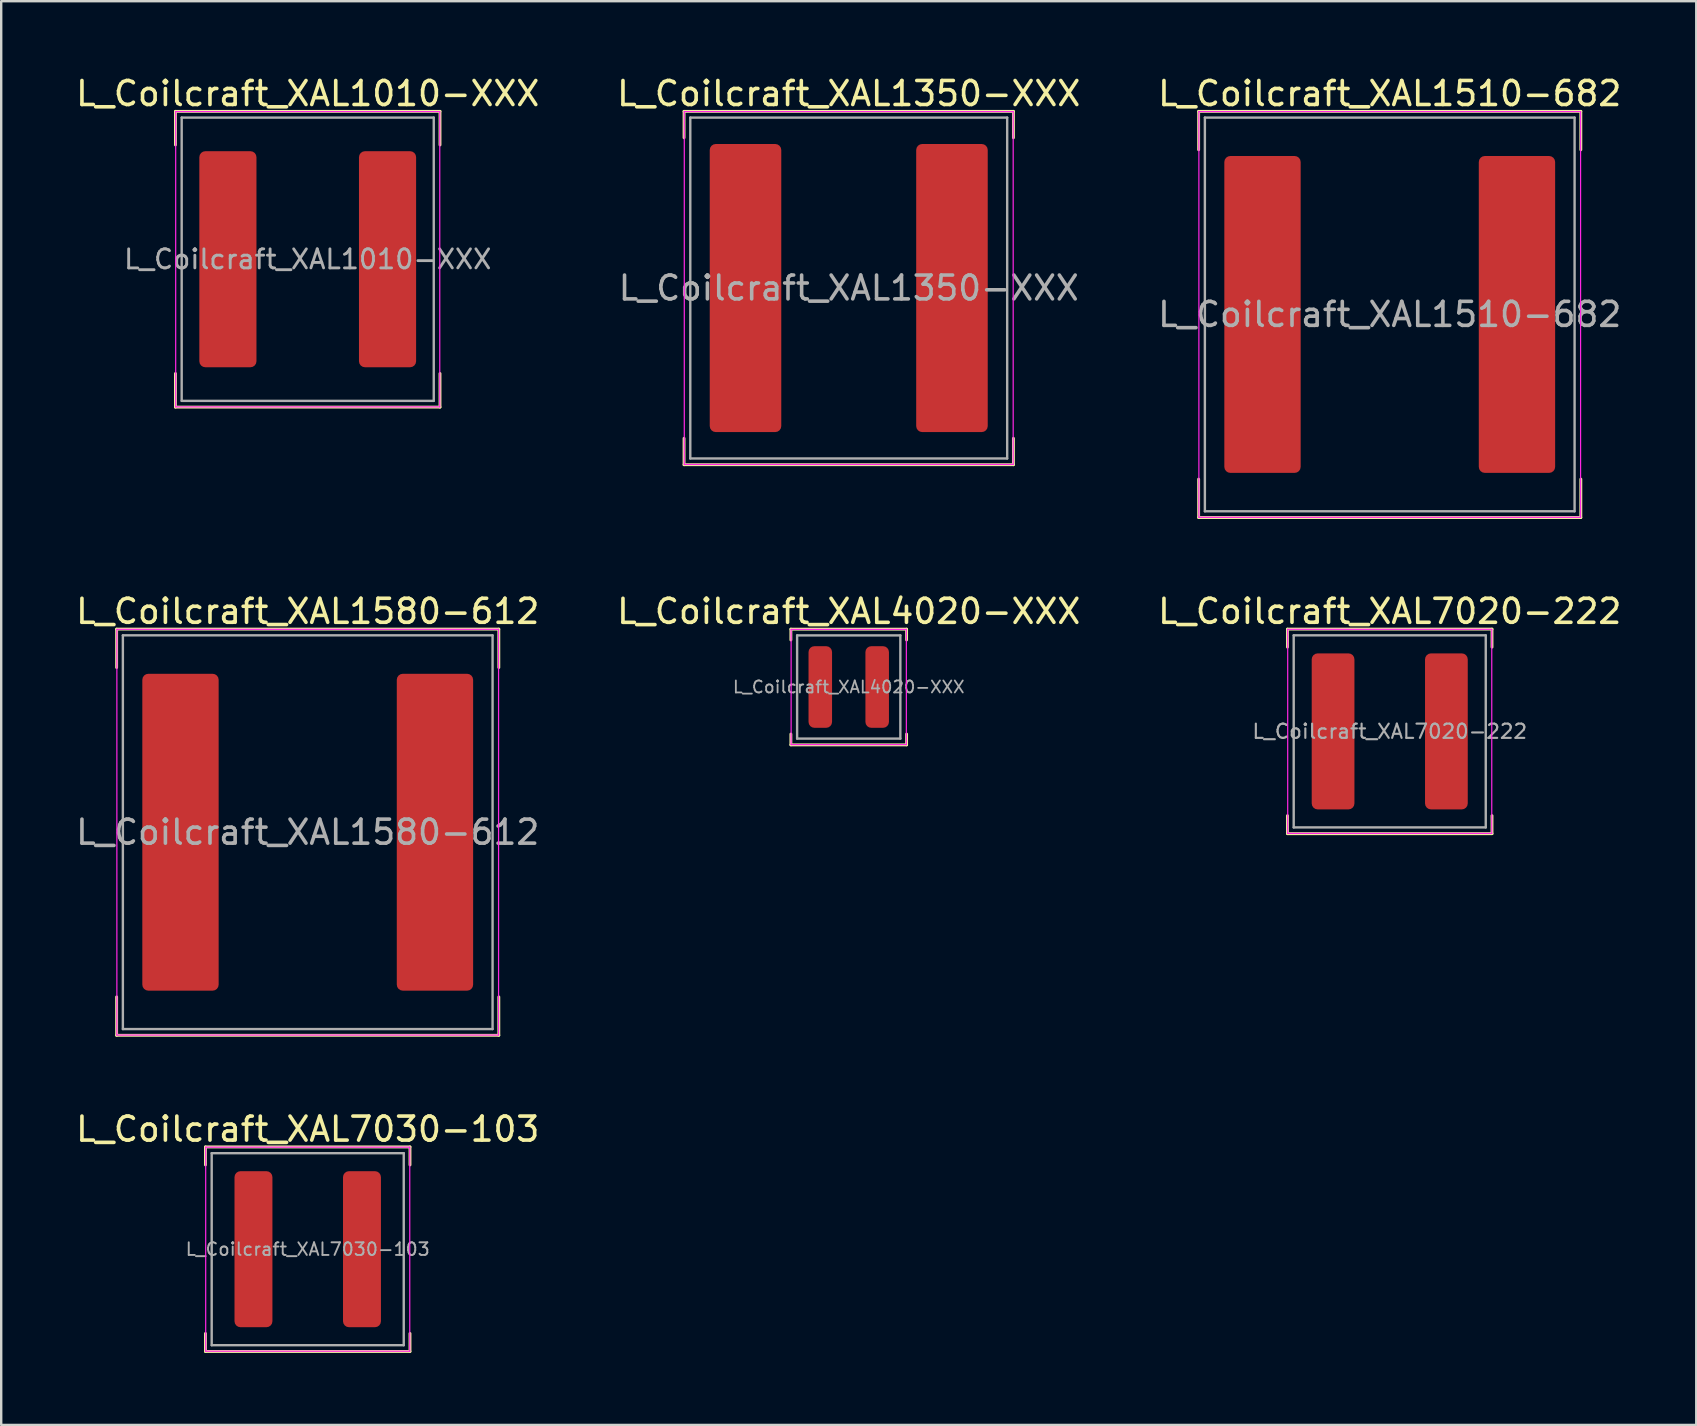
<source format=kicad_pcb>
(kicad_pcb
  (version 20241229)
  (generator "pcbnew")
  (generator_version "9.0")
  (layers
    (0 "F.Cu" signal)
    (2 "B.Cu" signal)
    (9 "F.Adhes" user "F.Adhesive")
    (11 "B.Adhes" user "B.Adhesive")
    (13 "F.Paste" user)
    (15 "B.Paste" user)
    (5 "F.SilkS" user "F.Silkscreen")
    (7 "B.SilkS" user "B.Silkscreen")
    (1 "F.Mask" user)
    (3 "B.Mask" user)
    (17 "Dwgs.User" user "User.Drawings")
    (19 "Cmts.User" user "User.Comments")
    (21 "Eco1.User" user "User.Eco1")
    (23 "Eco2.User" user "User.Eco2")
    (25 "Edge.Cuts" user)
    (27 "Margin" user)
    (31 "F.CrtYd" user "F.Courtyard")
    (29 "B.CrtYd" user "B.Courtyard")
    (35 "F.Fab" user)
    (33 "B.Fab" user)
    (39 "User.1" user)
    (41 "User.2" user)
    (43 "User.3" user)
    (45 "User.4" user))
  (footprint "L_Coilcraft_XAL1510-682"
    (layer "F.Cu")
    (at 54.839 10.048)
    (property "Reference" "L_Coilcraft_XAL1510-682" (at 0 -9.2 0) (layer "F.SilkS") (effects (font (size 1 1) (thickness 0.15))))
    (attr smd)
    (fp_line (start -7.96 -8.46) (end -7.96 -6.86) (stroke (width 0.12) (type solid)) (layer "F.SilkS"))
    (fp_line (start -7.96 -8.46) (end 7.96 -8.46) (stroke (width 0.12) (type solid)) (layer "F.SilkS"))
    (fp_line (start -7.96 8.46) (end -7.96 6.86) (stroke (width 0.12) (type solid)) (layer "F.SilkS"))
    (fp_line (start -7.96 8.46) (end 7.96 8.46) (stroke (width 0.12) (type solid)) (layer "F.SilkS"))
    (fp_line (start 7.96 -8.46) (end 7.96 -6.86) (stroke (width 0.12) (type solid)) (layer "F.SilkS"))
    (fp_line (start 7.96 8.46) (end 7.96 6.86) (stroke (width 0.12) (type solid)) (layer "F.SilkS"))
    (fp_line (start -7.95 -8.45) (end -7.95 8.45) (stroke (width 0.05) (type solid)) (layer "F.CrtYd"))
    (fp_line (start -7.95 8.45) (end 7.95 8.45) (stroke (width 0.05) (type solid)) (layer "F.CrtYd"))
    (fp_line (start 7.95 -8.45) (end -7.95 -8.45) (stroke (width 0.05) (type solid)) (layer "F.CrtYd"))
    (fp_line (start 7.95 8.45) (end 7.95 -8.45) (stroke (width 0.05) (type solid)) (layer "F.CrtYd"))
    (fp_line (start -7.7 -8.2) (end -7.7 8.2) (stroke (width 0.1) (type solid)) (layer "F.Fab"))
    (fp_line (start -7.7 8.2) (end 7.7 8.2) (stroke (width 0.1) (type solid)) (layer "F.Fab"))
    (fp_line (start 7.7 -8.2) (end -7.7 -8.2) (stroke (width 0.1) (type solid)) (layer "F.Fab"))
    (fp_line (start 7.7 8.2) (end 7.7 -8.2) (stroke (width 0.1) (type solid)) (layer "F.Fab"))
    (fp_text user "${REFERENCE}" (at 0 0 0) (layer "F.Fab") (effects (font (size 1 1) (thickness 0.15))))
    (pad "1" smd roundrect (at -5.3 0) (size 3.18 13.2) (layers "F.Cu" "F.Mask" "F.Paste") (roundrect_rratio 0.079))
    (pad "2" smd roundrect (at 5.3 0) (size 3.18 13.2) (layers "F.Cu" "F.Mask" "F.Paste") (roundrect_rratio 0.079)))
  (footprint "L_Coilcraft_XAL7020-222"
    (layer "F.Cu")
    (at 54.839 27.416)
    (property "Reference" "L_Coilcraft_XAL7020-222" (at 0 -5 0) (layer "F.SilkS") (effects (font (size 1 1) (thickness 0.15))))
    (attr smd)
    (fp_line (start -4.26 -4.26) (end -4.26 -3.51) (stroke (width 0.12) (type solid)) (layer "F.SilkS"))
    (fp_line (start -4.26 -4.26) (end 4.26 -4.26) (stroke (width 0.12) (type solid)) (layer "F.SilkS"))
    (fp_line (start -4.26 4.26) (end -4.26 3.51) (stroke (width 0.12) (type solid)) (layer "F.SilkS"))
    (fp_line (start -4.26 4.26) (end 4.26 4.26) (stroke (width 0.12) (type solid)) (layer "F.SilkS"))
    (fp_line (start 4.26 -4.26) (end 4.26 -3.51) (stroke (width 0.12) (type solid)) (layer "F.SilkS"))
    (fp_line (start 4.26 4.26) (end 4.26 3.51) (stroke (width 0.12) (type solid)) (layer "F.SilkS"))
    (fp_line (start -4.25 -4.25) (end -4.25 4.25) (stroke (width 0.05) (type solid)) (layer "F.CrtYd"))
    (fp_line (start -4.25 4.25) (end 4.25 4.25) (stroke (width 0.05) (type solid)) (layer "F.CrtYd"))
    (fp_line (start 4.25 -4.25) (end -4.25 -4.25) (stroke (width 0.05) (type solid)) (layer "F.CrtYd"))
    (fp_line (start 4.25 4.25) (end 4.25 -4.25) (stroke (width 0.05) (type solid)) (layer "F.CrtYd"))
    (fp_line (start -4 -4) (end -4 4) (stroke (width 0.1) (type solid)) (layer "F.Fab"))
    (fp_line (start -4 4) (end 4 4) (stroke (width 0.1) (type solid)) (layer "F.Fab"))
    (fp_line (start 4 -4) (end -4 -4) (stroke (width 0.1) (type solid)) (layer "F.Fab"))
    (fp_line (start 4 4) (end 4 -4) (stroke (width 0.1) (type solid)) (layer "F.Fab"))
    (fp_text user "${REFERENCE}" (at 0 0 0) (layer "F.Fab") (effects (font (size 0.593 0.593) (thickness 0.089))))
    (pad "1" smd roundrect (at -2.36 0) (size 1.78 6.5) (layers "F.Cu" "F.Mask" "F.Paste") (roundrect_rratio 0.14))
    (pad "2" smd roundrect (at 2.36 0) (size 1.78 6.5) (layers "F.Cu" "F.Mask" "F.Paste") (roundrect_rratio 0.14)))
  (footprint "L_Coilcraft_XAL1350-XXX"
    (layer "F.Cu")
    (at 32.304 8.948)
    (property "Reference" "L_Coilcraft_XAL1350-XXX" (at 0 -8.1 0) (layer "F.SilkS") (effects (font (size 1 1) (thickness 0.15))))
    (attr smd)
    (fp_line (start -6.86 -7.36) (end -6.86 -6.26) (stroke (width 0.12) (type solid)) (layer "F.SilkS"))
    (fp_line (start -6.86 -7.36) (end 6.86 -7.36) (stroke (width 0.12) (type solid)) (layer "F.SilkS"))
    (fp_line (start -6.86 7.36) (end -6.86 6.26) (stroke (width 0.12) (type solid)) (layer "F.SilkS"))
    (fp_line (start -6.86 7.36) (end 6.86 7.36) (stroke (width 0.12) (type solid)) (layer "F.SilkS"))
    (fp_line (start 6.86 -7.36) (end 6.86 -6.26) (stroke (width 0.12) (type solid)) (layer "F.SilkS"))
    (fp_line (start 6.86 7.36) (end 6.86 6.26) (stroke (width 0.12) (type solid)) (layer "F.SilkS"))
    (fp_line (start -6.85 -7.35) (end -6.85 7.35) (stroke (width 0.05) (type solid)) (layer "F.CrtYd"))
    (fp_line (start -6.85 7.35) (end 6.85 7.35) (stroke (width 0.05) (type solid)) (layer "F.CrtYd"))
    (fp_line (start 6.85 -7.35) (end -6.85 -7.35) (stroke (width 0.05) (type solid)) (layer "F.CrtYd"))
    (fp_line (start 6.85 7.35) (end 6.85 -7.35) (stroke (width 0.05) (type solid)) (layer "F.CrtYd"))
    (fp_line (start -6.6 -7.1) (end -6.6 7.1) (stroke (width 0.1) (type solid)) (layer "F.Fab"))
    (fp_line (start -6.6 7.1) (end 6.6 7.1) (stroke (width 0.1) (type solid)) (layer "F.Fab"))
    (fp_line (start 6.6 -7.1) (end -6.6 -7.1) (stroke (width 0.1) (type solid)) (layer "F.Fab"))
    (fp_line (start 6.6 7.1) (end 6.6 -7.1) (stroke (width 0.1) (type solid)) (layer "F.Fab"))
    (fp_text user "${REFERENCE}" (at 0 0 0) (layer "F.Fab") (effects (font (size 0.993 0.993) (thickness 0.149))))
    (pad "1" smd roundrect (at -4.3 0) (size 2.98 12) (layers "F.Cu" "F.Mask" "F.Paste") (roundrect_rratio 0.084))
    (pad "2" smd roundrect (at 4.3 0) (size 2.98 12) (layers "F.Cu" "F.Mask" "F.Paste") (roundrect_rratio 0.084)))
  (footprint "L_Coilcraft_XAL4020-XXX"
    (layer "F.Cu")
    (at 32.304 25.567)
    (property "Reference" "L_Coilcraft_XAL4020-XXX" (at 0 -3.15 0) (layer "F.SilkS") (effects (font (size 1 1) (thickness 0.15))))
    (attr smd)
    (fp_line (start -2.41 -2.41) (end -2.41 -1.96) (stroke (width 0.12) (type solid)) (layer "F.SilkS"))
    (fp_line (start -2.41 -2.41) (end 2.41 -2.41) (stroke (width 0.12) (type solid)) (layer "F.SilkS"))
    (fp_line (start -2.41 2.41) (end -2.41 1.96) (stroke (width 0.12) (type solid)) (layer "F.SilkS"))
    (fp_line (start -2.41 2.41) (end 2.41 2.41) (stroke (width 0.12) (type solid)) (layer "F.SilkS"))
    (fp_line (start 2.41 -2.41) (end 2.41 -1.96) (stroke (width 0.12) (type solid)) (layer "F.SilkS"))
    (fp_line (start 2.41 2.41) (end 2.41 1.96) (stroke (width 0.12) (type solid)) (layer "F.SilkS"))
    (fp_line (start -2.4 -2.4) (end -2.4 2.4) (stroke (width 0.05) (type solid)) (layer "F.CrtYd"))
    (fp_line (start -2.4 2.4) (end 2.4 2.4) (stroke (width 0.05) (type solid)) (layer "F.CrtYd"))
    (fp_line (start 2.4 -2.4) (end -2.4 -2.4) (stroke (width 0.05) (type solid)) (layer "F.CrtYd"))
    (fp_line (start 2.4 2.4) (end 2.4 -2.4) (stroke (width 0.05) (type solid)) (layer "F.CrtYd"))
    (fp_line (start -2.15 -2.15) (end -2.15 2.15) (stroke (width 0.1) (type solid)) (layer "F.Fab"))
    (fp_line (start -2.15 2.15) (end 2.15 2.15) (stroke (width 0.1) (type solid)) (layer "F.Fab"))
    (fp_line (start 2.15 -2.15) (end -2.15 -2.15) (stroke (width 0.1) (type solid)) (layer "F.Fab"))
    (fp_line (start 2.15 2.15) (end 2.15 -2.15) (stroke (width 0.1) (type solid)) (layer "F.Fab"))
    (fp_text user "${REFERENCE}" (at 0 0 0) (layer "F.Fab") (effects (font (size 0.5 0.5) (thickness 0.075))))
    (pad "1" smd roundrect (at -1.185 0) (size 0.98 3.4) (layers "F.Cu" "F.Mask" "F.Paste") (roundrect_rratio 0.25))
    (pad "2" smd roundrect (at 1.185 0) (size 0.98 3.4) (layers "F.Cu" "F.Mask" "F.Paste") (roundrect_rratio 0.25)))
  (footprint "L_Coilcraft_XAL7030-103"
    (layer "F.Cu")
    (at 9.768 48.985)
    (property "Reference" "L_Coilcraft_XAL7030-103" (at 0 -5 0) (layer "F.SilkS") (effects (font (size 1 1) (thickness 0.15))))
    (attr smd)
    (fp_line (start -4.26 -4.26) (end -4.26 -3.51) (stroke (width 0.12) (type solid)) (layer "F.SilkS"))
    (fp_line (start -4.26 -4.26) (end 4.26 -4.26) (stroke (width 0.12) (type solid)) (layer "F.SilkS"))
    (fp_line (start -4.26 4.26) (end -4.26 3.51) (stroke (width 0.12) (type solid)) (layer "F.SilkS"))
    (fp_line (start -4.26 4.26) (end 4.26 4.26) (stroke (width 0.12) (type solid)) (layer "F.SilkS"))
    (fp_line (start 4.26 -4.26) (end 4.26 -3.51) (stroke (width 0.12) (type solid)) (layer "F.SilkS"))
    (fp_line (start 4.26 4.26) (end 4.26 3.51) (stroke (width 0.12) (type solid)) (layer "F.SilkS"))
    (fp_line (start -4.25 -4.25) (end -4.25 4.25) (stroke (width 0.05) (type solid)) (layer "F.CrtYd"))
    (fp_line (start -4.25 4.25) (end 4.25 4.25) (stroke (width 0.05) (type solid)) (layer "F.CrtYd"))
    (fp_line (start 4.25 -4.25) (end -4.25 -4.25) (stroke (width 0.05) (type solid)) (layer "F.CrtYd"))
    (fp_line (start 4.25 4.25) (end 4.25 -4.25) (stroke (width 0.05) (type solid)) (layer "F.CrtYd"))
    (fp_line (start -4 -4) (end -4 4) (stroke (width 0.1) (type solid)) (layer "F.Fab"))
    (fp_line (start -4 4) (end 4 4) (stroke (width 0.1) (type solid)) (layer "F.Fab"))
    (fp_line (start 4 -4) (end -4 -4) (stroke (width 0.1) (type solid)) (layer "F.Fab"))
    (fp_line (start 4 4) (end 4 -4) (stroke (width 0.1) (type solid)) (layer "F.Fab"))
    (fp_text user "${REFERENCE}" (at 0 0 0) (layer "F.Fab") (effects (font (size 0.527 0.527) (thickness 0.079))))
    (pad "1" smd roundrect (at -2.26 0) (size 1.58 6.5) (layers "F.Cu" "F.Mask" "F.Paste") (roundrect_rratio 0.158))
    (pad "2" smd roundrect (at 2.26 0) (size 1.58 6.5) (layers "F.Cu" "F.Mask" "F.Paste") (roundrect_rratio 0.158)))
  (footprint "L_Coilcraft_XAL1580-612"
    (layer "F.Cu")
    (at 9.768 31.616)
    (property "Reference" "L_Coilcraft_XAL1580-612" (at 0 -9.2 0) (layer "F.SilkS") (effects (font (size 1 1) (thickness 0.15))))
    (attr smd)
    (fp_line (start -7.96 -8.46) (end -7.96 -6.86) (stroke (width 0.12) (type solid)) (layer "F.SilkS"))
    (fp_line (start -7.96 -8.46) (end 7.96 -8.46) (stroke (width 0.12) (type solid)) (layer "F.SilkS"))
    (fp_line (start -7.96 8.46) (end -7.96 6.86) (stroke (width 0.12) (type solid)) (layer "F.SilkS"))
    (fp_line (start -7.96 8.46) (end 7.96 8.46) (stroke (width 0.12) (type solid)) (layer "F.SilkS"))
    (fp_line (start 7.96 -8.46) (end 7.96 -6.86) (stroke (width 0.12) (type solid)) (layer "F.SilkS"))
    (fp_line (start 7.96 8.46) (end 7.96 6.86) (stroke (width 0.12) (type solid)) (layer "F.SilkS"))
    (fp_line (start -7.95 -8.45) (end -7.95 8.45) (stroke (width 0.05) (type solid)) (layer "F.CrtYd"))
    (fp_line (start -7.95 8.45) (end 7.95 8.45) (stroke (width 0.05) (type solid)) (layer "F.CrtYd"))
    (fp_line (start 7.95 -8.45) (end -7.95 -8.45) (stroke (width 0.05) (type solid)) (layer "F.CrtYd"))
    (fp_line (start 7.95 8.45) (end 7.95 -8.45) (stroke (width 0.05) (type solid)) (layer "F.CrtYd"))
    (fp_line (start -7.7 -8.2) (end -7.7 8.2) (stroke (width 0.1) (type solid)) (layer "F.Fab"))
    (fp_line (start -7.7 8.2) (end 7.7 8.2) (stroke (width 0.1) (type solid)) (layer "F.Fab"))
    (fp_line (start 7.7 -8.2) (end -7.7 -8.2) (stroke (width 0.1) (type solid)) (layer "F.Fab"))
    (fp_line (start 7.7 8.2) (end 7.7 -8.2) (stroke (width 0.1) (type solid)) (layer "F.Fab"))
    (fp_text user "${REFERENCE}" (at 0 0 0) (layer "F.Fab") (effects (font (size 1 1) (thickness 0.15))))
    (pad "1" smd roundrect (at -5.3 0) (size 3.18 13.2) (layers "F.Cu" "F.Mask" "F.Paste") (roundrect_rratio 0.079))
    (pad "2" smd roundrect (at 5.3 0) (size 3.18 13.2) (layers "F.Cu" "F.Mask" "F.Paste") (roundrect_rratio 0.079)))
  (footprint "L_Coilcraft_XAL1010-XXX"
    (layer "F.Cu")
    (at 9.768 7.748)
    (property "Reference" "L_Coilcraft_XAL1010-XXX" (at 0 -6.9 0) (layer "F.SilkS") (effects (font (size 1 1) (thickness 0.15))))
    (attr smd)
    (fp_line (start -5.51 -6.16) (end -5.51 -4.76) (stroke (width 0.12) (type solid)) (layer "F.SilkS"))
    (fp_line (start -5.51 -6.16) (end 5.51 -6.16) (stroke (width 0.12) (type solid)) (layer "F.SilkS"))
    (fp_line (start -5.51 6.16) (end -5.51 4.76) (stroke (width 0.12) (type solid)) (layer "F.SilkS"))
    (fp_line (start -5.51 6.16) (end 5.51 6.16) (stroke (width 0.12) (type solid)) (layer "F.SilkS"))
    (fp_line (start 5.51 -6.16) (end 5.51 -4.76) (stroke (width 0.12) (type solid)) (layer "F.SilkS"))
    (fp_line (start 5.51 6.16) (end 5.51 4.76) (stroke (width 0.12) (type solid)) (layer "F.SilkS"))
    (fp_line (start -5.5 -6.15) (end -5.5 6.15) (stroke (width 0.05) (type solid)) (layer "F.CrtYd"))
    (fp_line (start -5.5 6.15) (end 5.5 6.15) (stroke (width 0.05) (type solid)) (layer "F.CrtYd"))
    (fp_line (start 5.5 -6.15) (end -5.5 -6.15) (stroke (width 0.05) (type solid)) (layer "F.CrtYd"))
    (fp_line (start 5.5 6.15) (end 5.5 -6.15) (stroke (width 0.05) (type solid)) (layer "F.CrtYd"))
    (fp_line (start -5.25 -5.9) (end -5.25 5.9) (stroke (width 0.1) (type solid)) (layer "F.Fab"))
    (fp_line (start -5.25 5.9) (end 5.25 5.9) (stroke (width 0.1) (type solid)) (layer "F.Fab"))
    (fp_line (start 5.25 -5.9) (end -5.25 -5.9) (stroke (width 0.1) (type solid)) (layer "F.Fab"))
    (fp_line (start 5.25 5.9) (end 5.25 -5.9) (stroke (width 0.1) (type solid)) (layer "F.Fab"))
    (fp_text user "${REFERENCE}" (at 0 0 0) (layer "F.Fab") (effects (font (size 0.793 0.793) (thickness 0.119))))
    (pad "1" smd roundrect (at -3.325 0) (size 2.38 9) (layers "F.Cu" "F.Mask" "F.Paste") (roundrect_rratio 0.105))
    (pad "2" smd roundrect (at 3.325 0) (size 2.38 9) (layers "F.Cu" "F.Mask" "F.Paste") (roundrect_rratio 0.105)))
  (gr_rect
    (start -3 -3)
    (end 67.607 56.305)
    (stroke (width 0.1) (type default))
    (fill no)
    (layer "Edge.Cuts")))
</source>
